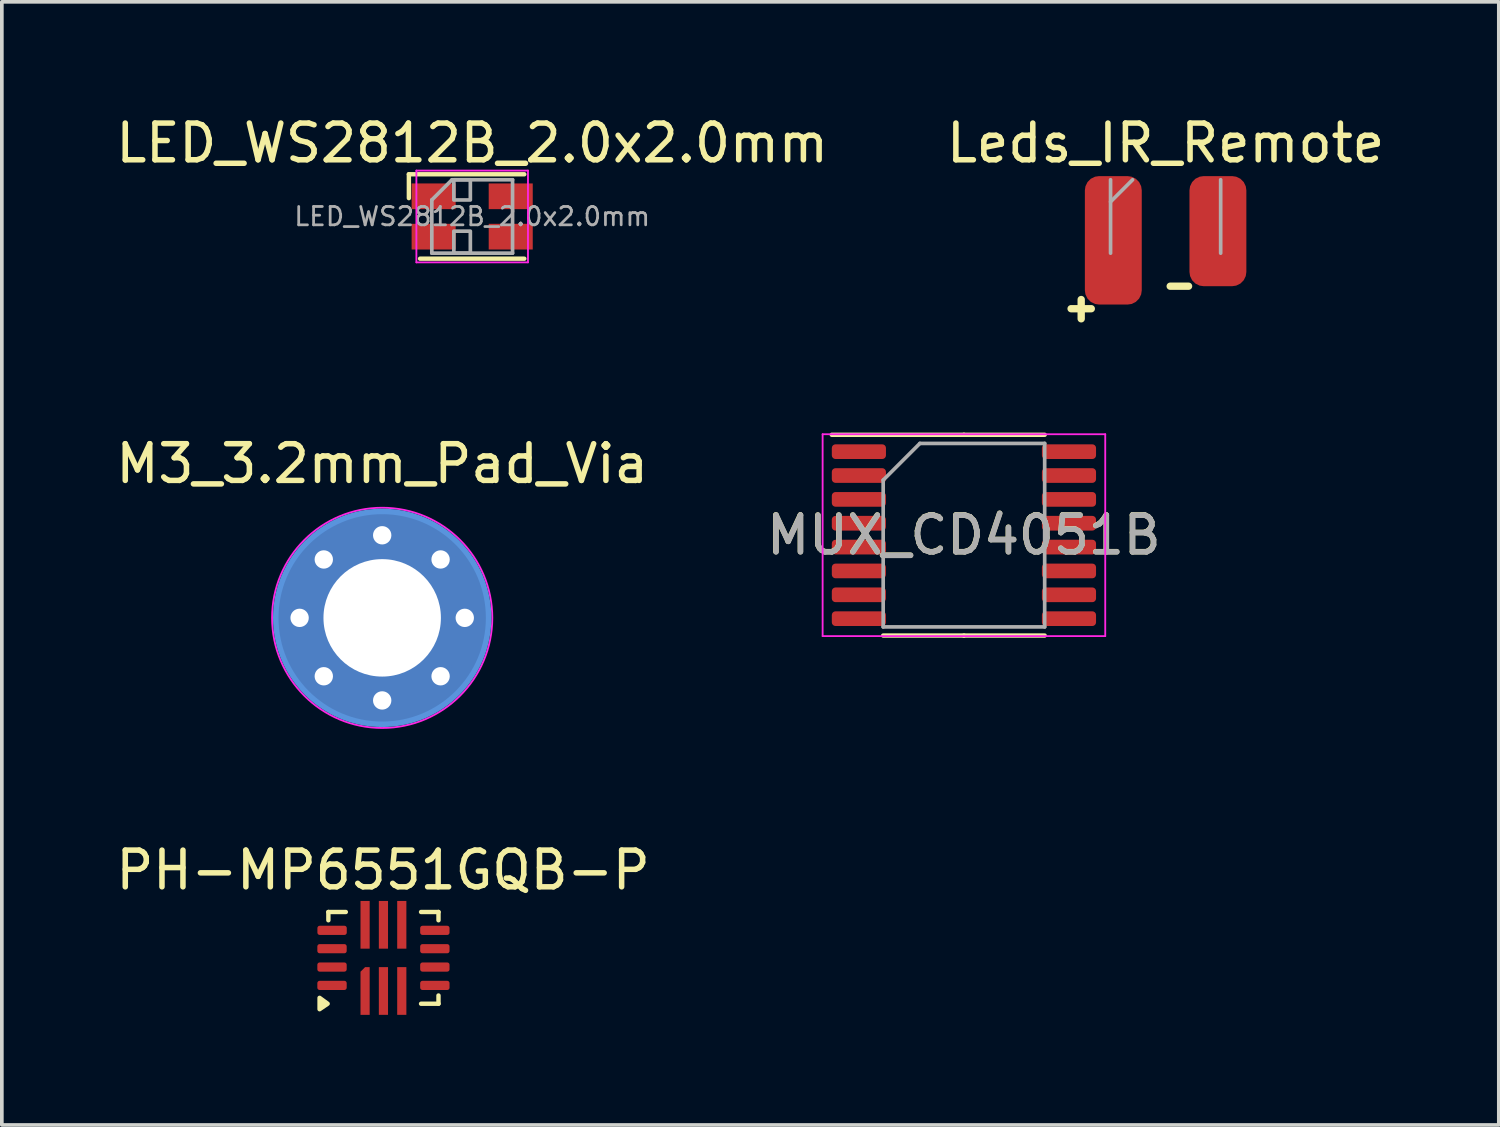
<source format=kicad_pcb>
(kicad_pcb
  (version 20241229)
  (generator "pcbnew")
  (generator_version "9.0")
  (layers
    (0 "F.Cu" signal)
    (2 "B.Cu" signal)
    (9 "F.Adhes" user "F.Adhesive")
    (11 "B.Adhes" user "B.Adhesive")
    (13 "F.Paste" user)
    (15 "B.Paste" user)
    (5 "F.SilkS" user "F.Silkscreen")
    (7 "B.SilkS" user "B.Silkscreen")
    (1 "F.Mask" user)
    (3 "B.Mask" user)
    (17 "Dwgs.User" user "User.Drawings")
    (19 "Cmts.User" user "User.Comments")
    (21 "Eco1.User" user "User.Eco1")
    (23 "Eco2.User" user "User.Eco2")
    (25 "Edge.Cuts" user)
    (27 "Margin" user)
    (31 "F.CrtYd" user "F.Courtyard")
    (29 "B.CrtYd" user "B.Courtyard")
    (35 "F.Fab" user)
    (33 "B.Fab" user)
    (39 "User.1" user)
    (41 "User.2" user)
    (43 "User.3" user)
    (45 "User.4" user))
  (footprint "M3_3.2mm_Pad_Via"
    (layer "F.Cu")
    (at 7.363 13.784)
    (property "Reference" "M3_3.2mm_Pad_Via" (at 0 -4.2 0) (layer "F.SilkS") (effects (font (size 1 1) (thickness 0.15))))
    (attr exclude_from_pos_files exclude_from_bom)
    (fp_circle (center 0 0) (end 2.9 0) (stroke (width 0.15) (type solid)) (fill no) (layer "Cmts.User"))
    (fp_circle (center 0 0) (end 3 0) (stroke (width 0.05) (type solid)) (fill no) (layer "F.CrtYd"))
    (pad "1" thru_hole circle (at -2.25 0) (size 0.8 0.8) (drill 0.5) (layers "*.Cu" "*.Mask"))
    (pad "1" thru_hole circle (at -1.591 -1.591) (size 0.8 0.8) (drill 0.5) (layers "*.Cu" "*.Mask"))
    (pad "1" thru_hole circle (at -1.591 1.591) (size 0.8 0.8) (drill 0.5) (layers "*.Cu" "*.Mask"))
    (pad "1" thru_hole circle (at 0 -2.25) (size 0.8 0.8) (drill 0.5) (layers "*.Cu" "*.Mask"))
    (pad "1" thru_hole circle (at 0 0) (size 5.8 5.8) (drill 3.2) (layers "*.Cu" "*.Mask"))
    (pad "1" thru_hole circle (at 0 2.25) (size 0.8 0.8) (drill 0.5) (layers "*.Cu" "*.Mask"))
    (pad "1" thru_hole circle (at 1.591 -1.591) (size 0.8 0.8) (drill 0.5) (layers "*.Cu" "*.Mask"))
    (pad "1" thru_hole circle (at 1.591 1.591) (size 0.8 0.8) (drill 0.5) (layers "*.Cu" "*.Mask"))
    (pad "1" thru_hole circle (at 2.25 0) (size 0.8 0.8) (drill 0.5) (layers "*.Cu" "*.Mask")))
  (footprint "LED_WS2812B_2.0x2.0mm"
    (layer "F.Cu")
    (at 9.815 2.848)
    (property "Reference" "LED_WS2812B_2.0x2.0mm" (at 0 -2 180) (layer "F.SilkS") (effects (font (size 1 1) (thickness 0.15))))
    (attr smd)
    (fp_line (start -1.725 -1.15) (end -1.725 -0.5) (stroke (width 0.12) (type solid)) (layer "F.SilkS"))
    (fp_line (start -1.725 -1.15) (end 1.42 -1.15) (stroke (width 0.12) (type solid)) (layer "F.SilkS"))
    (fp_line (start -1.42 1.15) (end 1.42 1.15) (stroke (width 0.12) (type solid)) (layer "F.SilkS"))
    (fp_line (start -1.52 -1.25) (end -1.52 1.25) (stroke (width 0.05) (type solid)) (layer "F.CrtYd"))
    (fp_line (start -1.52 1.25) (end 1.52 1.25) (stroke (width 0.05) (type solid)) (layer "F.CrtYd"))
    (fp_line (start 1.52 -1.25) (end -1.52 -1.25) (stroke (width 0.05) (type solid)) (layer "F.CrtYd"))
    (fp_line (start 1.52 1.25) (end 1.52 -1.25) (stroke (width 0.05) (type solid)) (layer "F.CrtYd"))
    (fp_line (start -1.1 -0.45) (end -1.1 1) (stroke (width 0.1) (type solid)) (layer "F.Fab"))
    (fp_line (start -1.1 1) (end 1.1 1) (stroke (width 0.1) (type solid)) (layer "F.Fab"))
    (fp_line (start -0.55 -1) (end -1.1 -0.45) (stroke (width 0.1) (type solid)) (layer "F.Fab"))
    (fp_line (start 1.1 -1) (end -0.55 -1) (stroke (width 0.1) (type solid)) (layer "F.Fab"))
    (fp_line (start 1.1 -1) (end 1.1 1) (stroke (width 0.1) (type solid)) (layer "F.Fab"))
    (fp_rect (start -0.5 -1) (end -0.05 -0.45) (stroke (width 0.1) (type solid)) (fill no) (layer "F.Fab"))
    (fp_rect (start -0.5 0.4) (end -0.05 1) (stroke (width 0.1) (type solid)) (fill no) (layer "F.Fab"))
    (fp_text user "${REFERENCE}" (at 0 0 180) (layer "F.Fab") (effects (font (size 0.5 0.5) (thickness 0.075))))
    (pad "1" smd rect (at -1.05 -0.55) (size 1.2 0.7) (layers "F.Cu" "F.Mask" "F.Paste"))
    (pad "2" smd rect (at -1.05 0.55) (size 1.2 0.7) (layers "F.Cu" "F.Mask" "F.Paste"))
    (pad "3" smd rect (at 1.05 0.55) (size 1.2 0.7) (layers "F.Cu" "F.Mask" "F.Paste"))
    (pad "4" smd rect (at 1.05 -0.55) (size 1.2 0.7) (layers "F.Cu" "F.Mask" "F.Paste")))
  (footprint "MUX_CD4051B"
    (layer "F.Cu")
    (at 23.213 11.531)
    (property "Reference" "MUX_CD4051B" (at -0.004 -0.005 0) (layer "F.SilkS") (effects (font (size 1 1) (thickness 0.15))))
    (attr smd)
    (fp_line (start 0 -2.735) (end -3.6 -2.735) (stroke (width 0.12) (type solid)) (layer "F.SilkS"))
    (fp_line (start 0 -2.735) (end 2.2 -2.735) (stroke (width 0.12) (type solid)) (layer "F.SilkS"))
    (fp_line (start 0 2.735) (end -2.2 2.735) (stroke (width 0.12) (type solid)) (layer "F.SilkS"))
    (fp_line (start 0 2.735) (end 2.2 2.735) (stroke (width 0.12) (type solid)) (layer "F.SilkS"))
    (fp_line (start -3.85 -2.75) (end -3.85 2.75) (stroke (width 0.05) (type solid)) (layer "F.CrtYd"))
    (fp_line (start -3.85 2.75) (end 3.85 2.75) (stroke (width 0.05) (type solid)) (layer "F.CrtYd"))
    (fp_line (start 3.85 -2.75) (end -3.85 -2.75) (stroke (width 0.05) (type solid)) (layer "F.CrtYd"))
    (fp_line (start 3.85 2.75) (end 3.85 -2.75) (stroke (width 0.05) (type solid)) (layer "F.CrtYd"))
    (fp_line (start -2.2 -1.5) (end -1.2 -2.5) (stroke (width 0.1) (type solid)) (layer "F.Fab"))
    (fp_line (start -2.2 2.5) (end -2.2 -1.5) (stroke (width 0.1) (type solid)) (layer "F.Fab"))
    (fp_line (start -1.2 -2.5) (end 2.2 -2.5) (stroke (width 0.1) (type solid)) (layer "F.Fab"))
    (fp_line (start 2.2 -2.5) (end 2.2 2.5) (stroke (width 0.1) (type solid)) (layer "F.Fab"))
    (fp_line (start 2.2 2.5) (end -2.2 2.5) (stroke (width 0.1) (type solid)) (layer "F.Fab"))
    (fp_text user "${REFERENCE}" (at 0 0 0) (layer "F.Fab") (effects (font (size 1 1) (thickness 0.15))))
    (pad "1" smd roundrect (at -2.862 -2.275) (size 1.475 0.4) (layers "F.Cu" "F.Mask" "F.Paste") (roundrect_rratio 0.25))
    (pad "2" smd roundrect (at -2.862 -1.625) (size 1.475 0.4) (layers "F.Cu" "F.Mask" "F.Paste") (roundrect_rratio 0.25))
    (pad "3" smd roundrect (at -2.862 -0.975) (size 1.475 0.4) (layers "F.Cu" "F.Mask" "F.Paste") (roundrect_rratio 0.25))
    (pad "4" smd roundrect (at -2.862 -0.325) (size 1.475 0.4) (layers "F.Cu" "F.Mask" "F.Paste") (roundrect_rratio 0.25))
    (pad "5" smd roundrect (at -2.862 0.325) (size 1.475 0.4) (layers "F.Cu" "F.Mask" "F.Paste") (roundrect_rratio 0.25))
    (pad "6" smd roundrect (at -2.862 0.975) (size 1.475 0.4) (layers "F.Cu" "F.Mask" "F.Paste") (roundrect_rratio 0.25))
    (pad "7" smd roundrect (at -2.862 1.625) (size 1.475 0.4) (layers "F.Cu" "F.Mask" "F.Paste") (roundrect_rratio 0.25))
    (pad "8" smd roundrect (at -2.862 2.275) (size 1.475 0.4) (layers "F.Cu" "F.Mask" "F.Paste") (roundrect_rratio 0.25))
    (pad "9" smd roundrect (at 2.862 2.275) (size 1.475 0.4) (layers "F.Cu" "F.Mask" "F.Paste") (roundrect_rratio 0.25))
    (pad "10" smd roundrect (at 2.862 1.625) (size 1.475 0.4) (layers "F.Cu" "F.Mask" "F.Paste") (roundrect_rratio 0.25))
    (pad "11" smd roundrect (at 2.862 0.975) (size 1.475 0.4) (layers "F.Cu" "F.Mask" "F.Paste") (roundrect_rratio 0.25))
    (pad "12" smd roundrect (at 2.862 0.325) (size 1.475 0.4) (layers "F.Cu" "F.Mask" "F.Paste") (roundrect_rratio 0.25))
    (pad "13" smd roundrect (at 2.862 -0.325) (size 1.475 0.4) (layers "F.Cu" "F.Mask" "F.Paste") (roundrect_rratio 0.25))
    (pad "14" smd roundrect (at 2.862 -0.975) (size 1.475 0.4) (layers "F.Cu" "F.Mask" "F.Paste") (roundrect_rratio 0.25))
    (pad "15" smd roundrect (at 2.862 -1.625) (size 1.475 0.4) (layers "F.Cu" "F.Mask" "F.Paste") (roundrect_rratio 0.25))
    (pad "16" smd roundrect (at 2.862 -2.275) (size 1.475 0.4) (layers "F.Cu" "F.Mask" "F.Paste") (roundrect_rratio 0.25)))
  (footprint "Leds_IR_Remote"
    (layer "F.Cu")
    (at 28.708 2.848)
    (property "Reference" "Leds_IR_Remote" (at 0 -2 0) (layer "F.SilkS") (effects (font (size 1 1) (thickness 0.15))))
    (attr smd)
    (fp_line (start -2.575 2.513) (end -2.025 2.513) (stroke (width 0.2) (type default)) (layer "F.SilkS"))
    (fp_line (start -2.3 2.788) (end -2.3 2.263) (stroke (width 0.2) (type default)) (layer "F.SilkS"))
    (fp_line (start 0.125 1.9) (end 0.625 1.9) (stroke (width 0.2) (type default)) (layer "F.SilkS"))
    (fp_line (start -1.5 -1) (end -1.5 1) (stroke (width 0.1) (type solid)) (layer "F.Fab"))
    (fp_line (start -1.5 -0.4) (end -0.9 -1) (stroke (width 0.1) (type solid)) (layer "F.Fab"))
    (fp_line (start 1.5 1) (end 1.5 -1) (stroke (width 0.1) (type solid)) (layer "F.Fab"))
    (pad "1" smd roundrect (at -1.425 0.65) (size 1.55 3.5) (layers "F.Cu" "F.Mask" "F.Paste") (roundrect_rratio 0.25))
    (pad "2" smd roundrect (at 1.425 0.4) (size 1.55 3) (layers "F.Cu" "F.Mask" "F.Paste") (roundrect_rratio 0.25)))
  (footprint "PH-MP6551GQB-P"
    (layer "F.Cu")
    (at 7.377 23.227)
    (property "Reference" "PH-MP6551GQB-P" (at 0.01 -2.57 180) (layer "F.SilkS") (effects (font (size 1 1) (thickness 0.15))))
    (attr smd)
    (fp_line (start -1.48 -1.429) (end -1.005 -1.429) (stroke (width 0.12) (type solid)) (layer "F.SilkS"))
    (fp_line (start -1.48 -1.204) (end -1.48 -1.429) (stroke (width 0.12) (type solid)) (layer "F.SilkS"))
    (fp_line (start 1.52 -1.429) (end 1.045 -1.429) (stroke (width 0.12) (type solid)) (layer "F.SilkS"))
    (fp_line (start 1.52 -1.204) (end 1.52 -1.429) (stroke (width 0.12) (type solid)) (layer "F.SilkS"))
    (fp_line (start 1.52 0.846) (end 1.52 1.071) (stroke (width 0.12) (type solid)) (layer "F.SilkS"))
    (fp_line (start 1.52 1.071) (end 1.045 1.071) (stroke (width 0.12) (type solid)) (layer "F.SilkS"))
    (fp_poly (pts (xy -1.5 1.07) (xy -1.72 1.22) (xy -1.72 0.91) (xy -1.5 1.07)) (stroke (width 0.12) (type solid)) (fill yes) (layer "F.SilkS"))
    (pad "1" smd roundrect (at -0.48 0.723 90) (size 1.3 0.25) (layers "F.Cu" "F.Mask" "F.Paste") (roundrect_rratio 0) (chamfer_ratio 0.5) (chamfer top_right))
    (pad "2" smd rect (at 0.02 0.723 90) (size 1.3 0.25) (layers "F.Cu" "F.Mask" "F.Paste"))
    (pad "3" smd rect (at 0.52 0.723 90) (size 1.3 0.25) (layers "F.Cu" "F.Mask" "F.Paste"))
    (pad "4" smd roundrect (at 1.421 0.571 90) (size 0.25 0.8) (layers "F.Cu" "F.Mask" "F.Paste") (roundrect_rratio 0.25))
    (pad "5" smd roundrect (at 1.421 0.071 90) (size 0.25 0.8) (layers "F.Cu" "F.Mask" "F.Paste") (roundrect_rratio 0.25))
    (pad "6" smd roundrect (at 1.421 -0.429 90) (size 0.25 0.8) (layers "F.Cu" "F.Mask" "F.Paste") (roundrect_rratio 0.25))
    (pad "7" smd roundrect (at 1.421 -0.929 90) (size 0.25 0.8) (layers "F.Cu" "F.Mask" "F.Paste") (roundrect_rratio 0.25))
    (pad "8" smd rect (at 0.52 -1.08 90) (size 1.3 0.25) (layers "F.Cu" "F.Mask" "F.Paste"))
    (pad "9" smd rect (at 0.02 -1.08 90) (size 1.3 0.25) (layers "F.Cu" "F.Mask" "F.Paste"))
    (pad "10" smd rect (at -0.48 -1.08 90) (size 1.3 0.25) (layers "F.Cu" "F.Mask" "F.Paste"))
    (pad "11" smd roundrect (at -1.379 -0.929 90) (size 0.25 0.8) (layers "F.Cu" "F.Mask" "F.Paste") (roundrect_rratio 0.25))
    (pad "12" smd roundrect (at -1.381 -0.429 90) (size 0.25 0.8) (layers "F.Cu" "F.Mask" "F.Paste") (roundrect_rratio 0.25))
    (pad "13" smd roundrect (at -1.381 0.071 90) (size 0.25 0.8) (layers "F.Cu" "F.Mask" "F.Paste") (roundrect_rratio 0.25))
    (pad "14" smd roundrect (at -1.381 0.571 90) (size 0.25 0.8) (layers "F.Cu" "F.Mask" "F.Paste") (roundrect_rratio 0.25)))
  (gr_rect
    (start -3 -3)
    (end 37.786 27.6)
    (stroke (width 0.1) (type default))
    (fill no)
    (layer "Edge.Cuts")))
</source>
